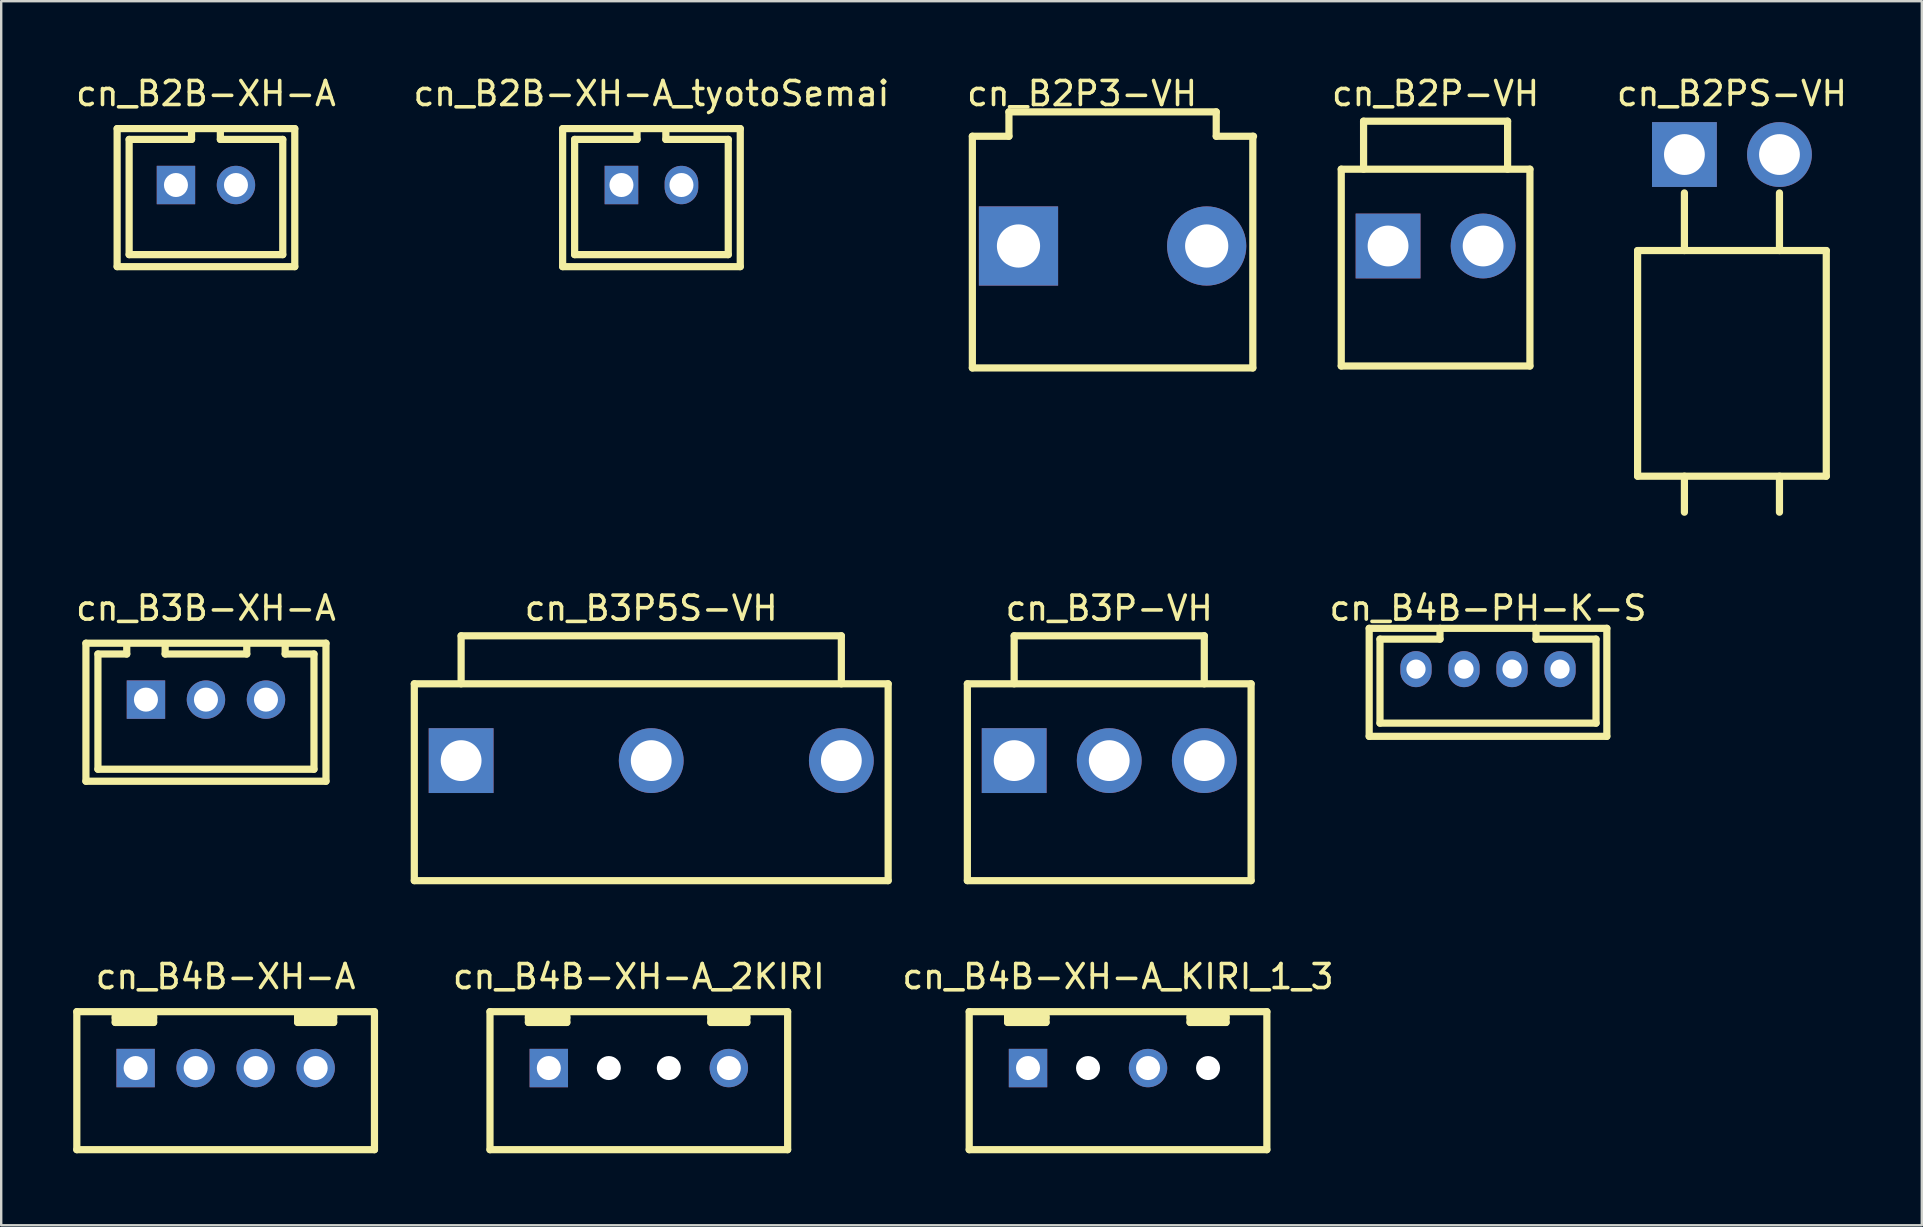
<source format=kicad_pcb>
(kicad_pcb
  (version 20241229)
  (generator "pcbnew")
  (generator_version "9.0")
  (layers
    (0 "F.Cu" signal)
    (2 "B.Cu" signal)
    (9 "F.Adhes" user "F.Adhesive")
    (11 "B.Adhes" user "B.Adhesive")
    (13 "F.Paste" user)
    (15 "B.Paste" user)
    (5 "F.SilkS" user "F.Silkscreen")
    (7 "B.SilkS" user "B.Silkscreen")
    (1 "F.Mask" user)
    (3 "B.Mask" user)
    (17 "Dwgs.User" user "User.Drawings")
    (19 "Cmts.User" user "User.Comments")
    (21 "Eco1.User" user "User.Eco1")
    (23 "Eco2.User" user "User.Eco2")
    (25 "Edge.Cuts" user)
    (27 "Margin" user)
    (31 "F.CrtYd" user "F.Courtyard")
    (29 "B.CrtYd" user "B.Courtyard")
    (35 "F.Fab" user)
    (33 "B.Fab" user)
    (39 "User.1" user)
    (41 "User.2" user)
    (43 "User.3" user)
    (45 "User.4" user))
  (footprint "cn_B4B-PH-K-S"
    (layer "F.Cu")
    (at 58.94 24.826)
    (property "Reference" "cn_B4B-PH-K-S" (at 0 -2.54 0) (layer "F.SilkS") (effects (font (size 1 1) (thickness 0.15))))
    (attr through_hole)
    (fp_line (start -4.95 -1.7) (end -4.95 2.8) (stroke (width 0.3) (type solid)) (layer "F.SilkS"))
    (fp_line (start -4.95 2.8) (end 4.95 2.8) (stroke (width 0.3) (type solid)) (layer "F.SilkS"))
    (fp_line (start -4.5 -1.25) (end -4.5 2.25) (stroke (width 0.3) (type solid)) (layer "F.SilkS"))
    (fp_line (start -4.5 2.25) (end 4.5 2.25) (stroke (width 0.3) (type solid)) (layer "F.SilkS"))
    (fp_line (start -2 -1.7) (end -2 -1.25) (stroke (width 0.3) (type solid)) (layer "F.SilkS"))
    (fp_line (start -2 -1.25) (end -4.5 -1.25) (stroke (width 0.3) (type solid)) (layer "F.SilkS"))
    (fp_line (start 2 -1.25) (end 2 -1.7) (stroke (width 0.3) (type solid)) (layer "F.SilkS"))
    (fp_line (start 4.5 -1.25) (end 2 -1.25) (stroke (width 0.3) (type solid)) (layer "F.SilkS"))
    (fp_line (start 4.5 2.25) (end 4.5 -1.25) (stroke (width 0.3) (type solid)) (layer "F.SilkS"))
    (fp_line (start 4.95 -1.7) (end -4.95 -1.7) (stroke (width 0.3) (type solid)) (layer "F.SilkS"))
    (fp_line (start 4.95 2.8) (end 4.95 -1.7) (stroke (width 0.3) (type solid)) (layer "F.SilkS"))
    (pad "1" thru_hole oval (at -3 0) (size 1.3 1.5) (drill 0.8) (layers "*.Cu" "*.Mask"))
    (pad "2" thru_hole oval (at -1 0) (size 1.3 1.5) (drill 0.8) (layers "*.Cu" "*.Mask"))
    (pad "3" thru_hole oval (at 1 0) (size 1.3 1.5) (drill 0.8) (layers "*.Cu" "*.Mask"))
    (pad "4" thru_hole oval (at 3 0) (size 1.3 1.5) (drill 0.8) (layers "*.Cu" "*.Mask")))
  (footprint "cn_B4B-XH-A_KIRI_1_3"
    (layer "F.Cu")
    (at 43.527 41.445)
    (property "Reference" "cn_B4B-XH-A_KIRI_1_3" (at 0 -3.81 0) (layer "F.SilkS") (effects (font (size 1 1) (thickness 0.15))))
    (attr through_hole)
    (fp_line (start -6.2 -2.35) (end -6.2 3.4) (stroke (width 0.3) (type solid)) (layer "F.SilkS"))
    (fp_line (start -6.2 3.4) (end 6.2 3.4) (stroke (width 0.3) (type solid)) (layer "F.SilkS"))
    (fp_line (start -4.6 -2.3) (end -4.6 -1.9) (stroke (width 0.3) (type solid)) (layer "F.SilkS"))
    (fp_line (start -4.6 -2.1) (end -3 -2.1) (stroke (width 0.3) (type solid)) (layer "F.SilkS"))
    (fp_line (start -4.6 -1.9) (end -3 -1.9) (stroke (width 0.3) (type solid)) (layer "F.SilkS"))
    (fp_line (start -3 -1.9) (end -3 -2.3) (stroke (width 0.3) (type solid)) (layer "F.SilkS"))
    (fp_line (start 3 -2.3) (end 3 -1.9) (stroke (width 0.3) (type solid)) (layer "F.SilkS"))
    (fp_line (start 3 -2.1) (end 4.5 -2.1) (stroke (width 0.3) (type solid)) (layer "F.SilkS"))
    (fp_line (start 3 -1.9) (end 4.5 -1.9) (stroke (width 0.3) (type solid)) (layer "F.SilkS"))
    (fp_line (start 4.5 -1.9) (end 4.5 -2.3) (stroke (width 0.3) (type solid)) (layer "F.SilkS"))
    (fp_line (start 6.2 -2.35) (end -6.2 -2.35) (stroke (width 0.3) (type solid)) (layer "F.SilkS"))
    (fp_line (start 6.2 3.4) (end 6.2 -2.35) (stroke (width 0.3) (type solid)) (layer "F.SilkS"))
    (pad "" np_thru_hole circle (at -1.25 0) (size 1 1) (drill 1) (layers "*.Cu" "*.Mask"))
    (pad "" np_thru_hole circle (at 3.75 0) (size 1 1) (drill 1) (layers "*.Cu" "*.Mask"))
    (pad "1" thru_hole rect (at -3.75 0) (size 1.6 1.6) (drill 1) (layers "*.Cu" "*.Mask"))
    (pad "3" thru_hole circle (at 1.25 0) (size 1.6 1.6) (drill 1) (layers "*.Cu" "*.Mask")))
  (footprint "cn_B3P-VH"
    (layer "F.Cu")
    (at 43.16 28.637)
    (property "Reference" "cn_B3P-VH" (at 0 -6.35 0) (layer "F.SilkS") (effects (font (size 1 1) (thickness 0.15))))
    (attr through_hole)
    (fp_line (start -5.91 -3.2) (end -5.91 5) (stroke (width 0.3) (type solid)) (layer "F.SilkS"))
    (fp_line (start -5.91 5) (end 5.91 5) (stroke (width 0.3) (type solid)) (layer "F.SilkS"))
    (fp_line (start -3.96 -5.2) (end 3.96 -5.2) (stroke (width 0.3) (type solid)) (layer "F.SilkS"))
    (fp_line (start -3.96 -3.2) (end -3.96 -5.2) (stroke (width 0.3) (type solid)) (layer "F.SilkS"))
    (fp_line (start 3.96 -5.2) (end 3.96 -3.2) (stroke (width 0.3) (type solid)) (layer "F.SilkS"))
    (fp_line (start 5.91 -3.2) (end -5.91 -3.2) (stroke (width 0.3) (type solid)) (layer "F.SilkS"))
    (fp_line (start 5.91 5) (end 5.91 -3.2) (stroke (width 0.3) (type solid)) (layer "F.SilkS"))
    (pad "1" thru_hole rect (at -3.96 0) (size 2.7 2.7) (drill 1.7) (layers "*.Cu" "*.Mask"))
    (pad "2" thru_hole circle (at 0 0) (size 2.7 2.7) (drill 1.7) (layers "*.Cu" "*.Mask"))
    (pad "3" thru_hole circle (at 3.96 0) (size 2.7 2.7) (drill 1.7) (layers "*.Cu" "*.Mask")))
  (footprint "cn_B2PS-VH"
    (layer "F.Cu")
    (at 69.102 3.388)
    (property "Reference" "cn_B2PS-VH" (at 0 -2.54 0) (layer "F.SilkS") (effects (font (size 1 1) (thickness 0.15))))
    (attr through_hole)
    (fp_line (start -3.93 4) (end -3.93 13.4) (stroke (width 0.3) (type solid)) (layer "F.SilkS"))
    (fp_line (start -3.93 13.4) (end 3.93 13.4) (stroke (width 0.3) (type solid)) (layer "F.SilkS"))
    (fp_line (start -1.98 4) (end -1.98 1.6) (stroke (width 0.3) (type solid)) (layer "F.SilkS"))
    (fp_line (start -1.98 14.9) (end -1.98 13.4) (stroke (width 0.3) (type solid)) (layer "F.SilkS"))
    (fp_line (start 1.98 1.6) (end 1.98 4) (stroke (width 0.3) (type solid)) (layer "F.SilkS"))
    (fp_line (start 1.98 14.9) (end 1.98 13.4) (stroke (width 0.3) (type solid)) (layer "F.SilkS"))
    (fp_line (start 3.93 4) (end -3.93 4) (stroke (width 0.3) (type solid)) (layer "F.SilkS"))
    (fp_line (start 3.93 13.4) (end 3.93 4) (stroke (width 0.3) (type solid)) (layer "F.SilkS"))
    (pad "1" thru_hole rect (at -1.98 0) (size 2.7 2.7) (drill 1.7) (layers "*.Cu" "*.Mask"))
    (pad "2" thru_hole circle (at 1.98 0) (size 2.7 2.7) (drill 1.7) (layers "*.Cu" "*.Mask")))
  (footprint "cn_B4B-XH-A"
    (layer "F.Cu")
    (at 6.35 41.445)
    (property "Reference" "cn_B4B-XH-A" (at 0 -3.81 0) (layer "F.SilkS") (effects (font (size 1 1) (thickness 0.15))))
    (attr through_hole)
    (fp_line (start -6.2 -2.35) (end -6.2 3.4) (stroke (width 0.3) (type solid)) (layer "F.SilkS"))
    (fp_line (start -6.2 3.4) (end 6.2 3.4) (stroke (width 0.3) (type solid)) (layer "F.SilkS"))
    (fp_line (start -4.6 -2.3) (end -4.6 -1.9) (stroke (width 0.3) (type solid)) (layer "F.SilkS"))
    (fp_line (start -4.6 -2.1) (end -3 -2.1) (stroke (width 0.3) (type solid)) (layer "F.SilkS"))
    (fp_line (start -4.6 -1.9) (end -3 -1.9) (stroke (width 0.3) (type solid)) (layer "F.SilkS"))
    (fp_line (start -3 -1.9) (end -3 -2.3) (stroke (width 0.3) (type solid)) (layer "F.SilkS"))
    (fp_line (start 3 -2.3) (end 3 -1.9) (stroke (width 0.3) (type solid)) (layer "F.SilkS"))
    (fp_line (start 3 -2.1) (end 4.5 -2.1) (stroke (width 0.3) (type solid)) (layer "F.SilkS"))
    (fp_line (start 3 -1.9) (end 4.5 -1.9) (stroke (width 0.3) (type solid)) (layer "F.SilkS"))
    (fp_line (start 4.5 -1.9) (end 4.5 -2.3) (stroke (width 0.3) (type solid)) (layer "F.SilkS"))
    (fp_line (start 6.2 -2.35) (end -6.2 -2.35) (stroke (width 0.3) (type solid)) (layer "F.SilkS"))
    (fp_line (start 6.2 3.4) (end 6.2 -2.35) (stroke (width 0.3) (type solid)) (layer "F.SilkS"))
    (pad "1" thru_hole rect (at -3.75 0) (size 1.6 1.6) (drill 1) (layers "*.Cu" "*.Mask"))
    (pad "2" thru_hole circle (at -1.25 0) (size 1.6 1.6) (drill 1) (layers "*.Cu" "*.Mask"))
    (pad "3" thru_hole circle (at 1.25 0) (size 1.6 1.6) (drill 1) (layers "*.Cu" "*.Mask"))
    (pad "4" thru_hole circle (at 3.75 0) (size 1.6 1.6) (drill 1) (layers "*.Cu" "*.Mask")))
  (footprint "cn_B2P-VH"
    (layer "F.Cu")
    (at 56.756 7.198)
    (property "Reference" "cn_B2P-VH" (at 0 -6.35 0) (layer "F.SilkS") (effects (font (size 1 1) (thickness 0.15))))
    (attr through_hole)
    (fp_line (start -3.93 -3.2) (end -3.93 5) (stroke (width 0.3) (type solid)) (layer "F.SilkS"))
    (fp_line (start -3.93 5) (end 3.93 5) (stroke (width 0.3) (type solid)) (layer "F.SilkS"))
    (fp_line (start -3 -5.2) (end 3 -5.2) (stroke (width 0.3) (type solid)) (layer "F.SilkS"))
    (fp_line (start -3 -3.2) (end -3 -5.2) (stroke (width 0.3) (type solid)) (layer "F.SilkS"))
    (fp_line (start 3 -5.2) (end 3 -3.2) (stroke (width 0.3) (type solid)) (layer "F.SilkS"))
    (fp_line (start 3.93 -3.2) (end -3.93 -3.2) (stroke (width 0.3) (type solid)) (layer "F.SilkS"))
    (fp_line (start 3.93 5) (end 3.93 -3.2) (stroke (width 0.3) (type solid)) (layer "F.SilkS"))
    (pad "1" thru_hole rect (at -1.98 0) (size 2.7 2.7) (drill 1.7) (layers "*.Cu" "*.Mask"))
    (pad "2" thru_hole circle (at 1.98 0) (size 2.7 2.7) (drill 1.7) (layers "*.Cu" "*.Mask")))
  (footprint "cn_B2B-XH-A_tyotoSemai"
    (layer "F.Cu")
    (at 24.089 4.658)
    (property "Reference" "cn_B2B-XH-A_tyotoSemai" (at 0 -3.81 0) (layer "F.SilkS") (effects (font (size 1 1) (thickness 0.15))))
    (attr through_hole)
    (fp_line (start -3.7 -2.35) (end 3.7 -2.35) (stroke (width 0.3) (type solid)) (layer "F.SilkS"))
    (fp_line (start -3.7 3.4) (end -3.7 -2.35) (stroke (width 0.3) (type solid)) (layer "F.SilkS"))
    (fp_line (start -3.2 -1.9) (end -3.2 2.9) (stroke (width 0.3) (type solid)) (layer "F.SilkS"))
    (fp_line (start -3.2 2.9) (end 3.2 2.9) (stroke (width 0.3) (type solid)) (layer "F.SilkS"))
    (fp_line (start -0.6 -2.3) (end -0.6 -1.9) (stroke (width 0.3) (type solid)) (layer "F.SilkS"))
    (fp_line (start -0.6 -1.9) (end -3.2 -1.9) (stroke (width 0.3) (type solid)) (layer "F.SilkS"))
    (fp_line (start 0.6 -1.9) (end 0.6 -2.3) (stroke (width 0.3) (type solid)) (layer "F.SilkS"))
    (fp_line (start 3.2 -1.9) (end 0.6 -1.9) (stroke (width 0.3) (type solid)) (layer "F.SilkS"))
    (fp_line (start 3.2 2.9) (end 3.2 -1.9) (stroke (width 0.3) (type solid)) (layer "F.SilkS"))
    (fp_line (start 3.7 -2.35) (end 3.7 3.4) (stroke (width 0.3) (type solid)) (layer "F.SilkS"))
    (fp_line (start 3.7 3.4) (end -3.7 3.4) (stroke (width 0.3) (type solid)) (layer "F.SilkS"))
    (pad "1" thru_hole rect (at -1.25 0) (size 1.4 1.6) (drill 1) (layers "*.Cu" "*.Mask"))
    (pad "2" thru_hole oval (at 1.25 0) (size 1.4 1.6) (drill 1) (layers "*.Cu" "*.Mask")))
  (footprint "cn_B3B-XH-A"
    (layer "F.Cu")
    (at 5.53 26.096)
    (property "Reference" "cn_B3B-XH-A" (at 0 -3.81 0) (layer "F.SilkS") (effects (font (size 1 1) (thickness 0.15))))
    (attr through_hole)
    (fp_line (start -5 -2.35) (end 5 -2.35) (stroke (width 0.3) (type solid)) (layer "F.SilkS"))
    (fp_line (start -5 3.4) (end -5 -2.35) (stroke (width 0.3) (type solid)) (layer "F.SilkS"))
    (fp_line (start -4.5 -1.9) (end -4.5 2.9) (stroke (width 0.3) (type solid)) (layer "F.SilkS"))
    (fp_line (start -4.5 2.9) (end 4.5 2.9) (stroke (width 0.3) (type solid)) (layer "F.SilkS"))
    (fp_line (start -3.3 -2.3) (end -3.3 -1.9) (stroke (width 0.3) (type solid)) (layer "F.SilkS"))
    (fp_line (start -3.3 -1.9) (end -4.5 -1.9) (stroke (width 0.3) (type solid)) (layer "F.SilkS"))
    (fp_line (start -1.7 -1.9) (end -1.7 -2.3) (stroke (width 0.3) (type solid)) (layer "F.SilkS"))
    (fp_line (start 1.7 -1.9) (end -1.7 -1.9) (stroke (width 0.3) (type solid)) (layer "F.SilkS"))
    (fp_line (start 1.7 -1.9) (end 1.7 -2.3) (stroke (width 0.3) (type solid)) (layer "F.SilkS"))
    (fp_line (start 3.3 -2.3) (end 3.3 -1.9) (stroke (width 0.3) (type solid)) (layer "F.SilkS"))
    (fp_line (start 4.5 -1.9) (end 3.3 -1.9) (stroke (width 0.3) (type solid)) (layer "F.SilkS"))
    (fp_line (start 4.5 2.9) (end 4.5 -1.9) (stroke (width 0.3) (type solid)) (layer "F.SilkS"))
    (fp_line (start 5 -2.35) (end 5 3.4) (stroke (width 0.3) (type solid)) (layer "F.SilkS"))
    (fp_line (start 5 3.4) (end -5 3.4) (stroke (width 0.3) (type solid)) (layer "F.SilkS"))
    (pad "1" thru_hole rect (at -2.5 0) (size 1.6 1.6) (drill 1) (layers "*.Cu" "*.Mask"))
    (pad "2" thru_hole circle (at 0 0) (size 1.6 1.6) (drill 1) (layers "*.Cu" "*.Mask"))
    (pad "3" thru_hole circle (at 2.5 0) (size 1.6 1.6) (drill 1) (layers "*.Cu" "*.Mask")))
  (footprint "cn_B4B-XH-A_2KIRI"
    (layer "F.Cu")
    (at 23.563 41.445)
    (property "Reference" "cn_B4B-XH-A_2KIRI" (at 0 -3.81 0) (layer "F.SilkS") (effects (font (size 1 1) (thickness 0.15))))
    (attr through_hole)
    (fp_line (start -6.2 -2.35) (end -6.2 3.4) (stroke (width 0.3) (type solid)) (layer "F.SilkS"))
    (fp_line (start -6.2 3.4) (end 6.2 3.4) (stroke (width 0.3) (type solid)) (layer "F.SilkS"))
    (fp_line (start -4.6 -2.3) (end -4.6 -1.9) (stroke (width 0.3) (type solid)) (layer "F.SilkS"))
    (fp_line (start -4.6 -2.1) (end -3 -2.1) (stroke (width 0.3) (type solid)) (layer "F.SilkS"))
    (fp_line (start -4.6 -1.9) (end -3 -1.9) (stroke (width 0.3) (type solid)) (layer "F.SilkS"))
    (fp_line (start -3 -1.9) (end -3 -2.3) (stroke (width 0.3) (type solid)) (layer "F.SilkS"))
    (fp_line (start 3 -2.3) (end 3 -1.9) (stroke (width 0.3) (type solid)) (layer "F.SilkS"))
    (fp_line (start 3 -2.1) (end 4.5 -2.1) (stroke (width 0.3) (type solid)) (layer "F.SilkS"))
    (fp_line (start 3 -1.9) (end 4.5 -1.9) (stroke (width 0.3) (type solid)) (layer "F.SilkS"))
    (fp_line (start 4.5 -1.9) (end 4.5 -2.3) (stroke (width 0.3) (type solid)) (layer "F.SilkS"))
    (fp_line (start 6.2 -2.35) (end -6.2 -2.35) (stroke (width 0.3) (type solid)) (layer "F.SilkS"))
    (fp_line (start 6.2 3.4) (end 6.2 -2.35) (stroke (width 0.3) (type solid)) (layer "F.SilkS"))
    (pad "" np_thru_hole circle (at -1.25 0) (size 1 1) (drill 1) (layers "*.Cu" "*.Mask"))
    (pad "" np_thru_hole circle (at 1.25 0) (size 1 1) (drill 1) (layers "*.Cu" "*.Mask"))
    (pad "1" thru_hole rect (at -3.75 0) (size 1.6 1.6) (drill 1) (layers "*.Cu" "*.Mask"))
    (pad "4" thru_hole circle (at 3.75 0) (size 1.6 1.6) (drill 1) (layers "*.Cu" "*.Mask")))
  (footprint "cn_B2B-XH-A"
    (layer "F.Cu")
    (at 5.53 4.658)
    (property "Reference" "cn_B2B-XH-A" (at 0 -3.81 0) (layer "F.SilkS") (effects (font (size 1 1) (thickness 0.15))))
    (attr through_hole)
    (fp_line (start -3.7 -2.35) (end 3.7 -2.35) (stroke (width 0.3) (type solid)) (layer "F.SilkS"))
    (fp_line (start -3.7 3.4) (end -3.7 -2.35) (stroke (width 0.3) (type solid)) (layer "F.SilkS"))
    (fp_line (start -3.2 -1.9) (end -3.2 2.9) (stroke (width 0.3) (type solid)) (layer "F.SilkS"))
    (fp_line (start -3.2 2.9) (end 3.2 2.9) (stroke (width 0.3) (type solid)) (layer "F.SilkS"))
    (fp_line (start -0.6 -2.3) (end -0.6 -1.9) (stroke (width 0.3) (type solid)) (layer "F.SilkS"))
    (fp_line (start -0.6 -1.9) (end -3.2 -1.9) (stroke (width 0.3) (type solid)) (layer "F.SilkS"))
    (fp_line (start 0.6 -1.9) (end 0.6 -2.3) (stroke (width 0.3) (type solid)) (layer "F.SilkS"))
    (fp_line (start 3.2 -1.9) (end 0.6 -1.9) (stroke (width 0.3) (type solid)) (layer "F.SilkS"))
    (fp_line (start 3.2 2.9) (end 3.2 -1.9) (stroke (width 0.3) (type solid)) (layer "F.SilkS"))
    (fp_line (start 3.7 -2.35) (end 3.7 3.4) (stroke (width 0.3) (type solid)) (layer "F.SilkS"))
    (fp_line (start 3.7 3.4) (end -3.7 3.4) (stroke (width 0.3) (type solid)) (layer "F.SilkS"))
    (pad "1" thru_hole rect (at -1.25 0) (size 1.6 1.6) (drill 1) (layers "*.Cu" "*.Mask"))
    (pad "2" thru_hole circle (at 1.25 0) (size 1.6 1.6) (drill 1) (layers "*.Cu" "*.Mask")))
  (footprint "cn_B2P3-VH"
    (layer "F.Cu")
    (at 43.3 7.198)
    (property "Reference" "cn_B2P3-VH" (at -1.27 -6.35 0) (layer "F.SilkS") (effects (font (size 1 1) (thickness 0.15))))
    (attr through_hole)
    (fp_line (start -5.842 -4.572) (end -5.842 5.08) (stroke (width 0.3) (type solid)) (layer "F.SilkS"))
    (fp_line (start -5.842 5.08) (end 5.842 5.08) (stroke (width 0.3) (type solid)) (layer "F.SilkS"))
    (fp_line (start -4.318 -5.588) (end -4.318 -4.572) (stroke (width 0.3) (type solid)) (layer "F.SilkS"))
    (fp_line (start -4.318 -4.572) (end -5.842 -4.572) (stroke (width 0.3) (type solid)) (layer "F.SilkS"))
    (fp_line (start 4.318 -5.588) (end -4.318 -5.588) (stroke (width 0.3) (type solid)) (layer "F.SilkS"))
    (fp_line (start 4.318 -5.588) (end 4.318 -4.572) (stroke (width 0.3) (type solid)) (layer "F.SilkS"))
    (fp_line (start 4.318 -4.572) (end 5.872 -4.572) (stroke (width 0.3) (type solid)) (layer "F.SilkS"))
    (fp_line (start 5.842 -4.572) (end 5.842 5.08) (stroke (width 0.3) (type solid)) (layer "F.SilkS"))
    (pad "1" thru_hole rect (at -3.92 0) (size 3.3 3.3) (drill 1.8) (layers "*.Cu" "*.Mask"))
    (pad "2" thru_hole circle (at 3.92 0) (size 3.3 3.3) (drill 1.8) (layers "*.Cu" "*.Mask")))
  (footprint "cn_B3P5S-VH"
    (layer "F.Cu")
    (at 24.08 28.637)
    (property "Reference" "cn_B3P5S-VH" (at 0 -6.35 0) (layer "F.SilkS") (effects (font (size 1 1) (thickness 0.15))))
    (attr through_hole)
    (fp_line (start -9.87 -3.2) (end -9.87 5) (stroke (width 0.3) (type solid)) (layer "F.SilkS"))
    (fp_line (start -9.87 5) (end 9.87 5) (stroke (width 0.3) (type solid)) (layer "F.SilkS"))
    (fp_line (start -7.92 -5.2) (end 7.92 -5.2) (stroke (width 0.3) (type solid)) (layer "F.SilkS"))
    (fp_line (start -7.92 -3.2) (end -7.92 -5.2) (stroke (width 0.3) (type solid)) (layer "F.SilkS"))
    (fp_line (start 7.92 -5.2) (end 7.92 -3.2) (stroke (width 0.3) (type solid)) (layer "F.SilkS"))
    (fp_line (start 9.87 -3.2) (end -9.87 -3.2) (stroke (width 0.3) (type solid)) (layer "F.SilkS"))
    (fp_line (start 9.87 5) (end 9.87 -3.2) (stroke (width 0.3) (type solid)) (layer "F.SilkS"))
    (pad "1" thru_hole rect (at -7.92 0) (size 2.7 2.7) (drill 1.7) (layers "*.Cu" "*.Mask"))
    (pad "2" thru_hole circle (at 0 0) (size 2.7 2.7) (drill 1.7) (layers "*.Cu" "*.Mask"))
    (pad "3" thru_hole circle (at 7.92 0) (size 2.7 2.7) (drill 1.7) (layers "*.Cu" "*.Mask")))
  (gr_rect
    (start -3 -3)
    (end 77.012 47.995)
    (stroke (width 0.1) (type default))
    (fill no)
    (layer "Edge.Cuts")))
</source>
